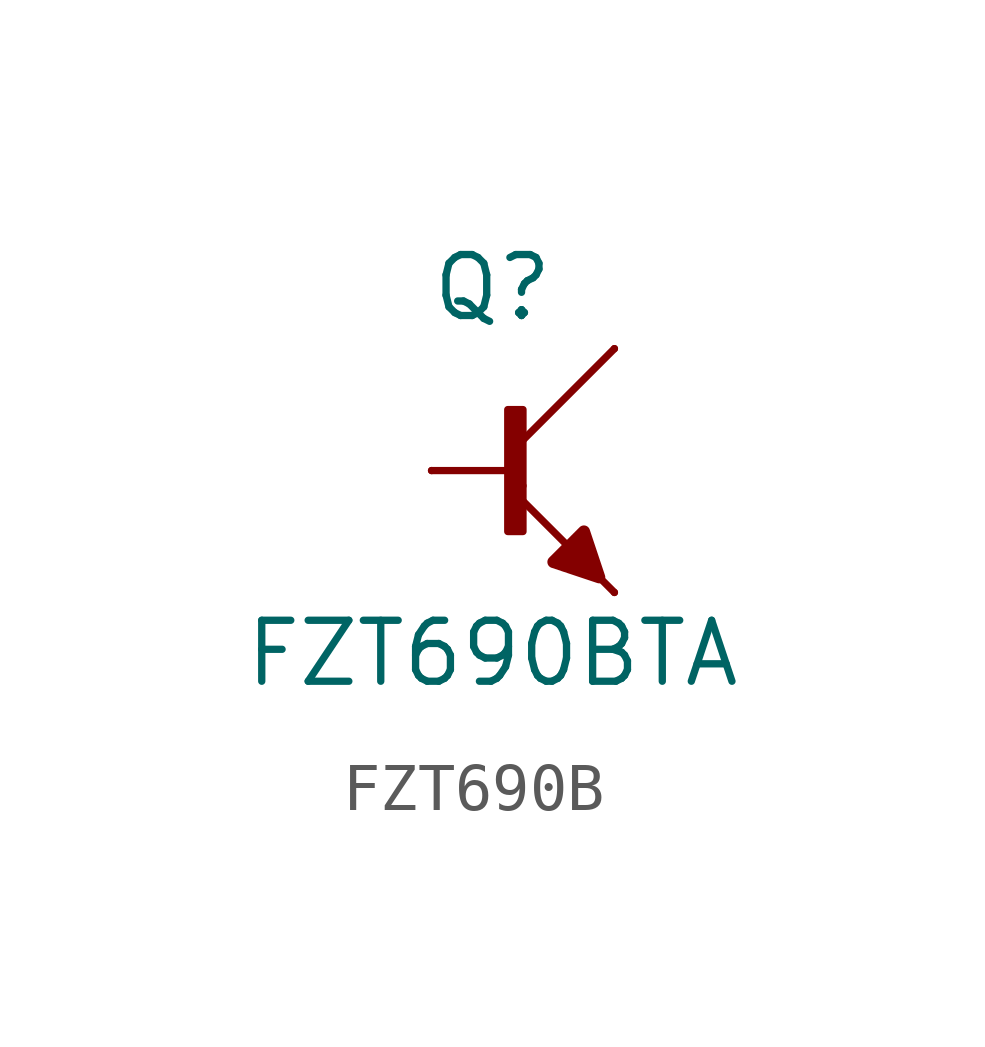
<source format=kicad_sym>
(kicad_symbol_lib
  (version 20220914)
  (generator kicad_symbol_editor)
  (symbol "FZT690B "
    (pin_numbers hide)
    (pin_names
      (offset 1.016) hide)
    (property "Reference" "Q"
      (at 0 3.81 0)
      (effects (font (size 1.27 1.27))))
    (property "Value" "FZT690BTA"
      (at 0 -3.81 0)
      (effects (font (size 1.27 1.27))))
    (symbol "FZT690B _0_1"
      (polyline (pts (xy 0.318 0) (xy -1.27 0)) (stroke (width 0) (type default)) (fill (type none)))
      (polyline (pts (xy 0.635 -0.635) (xy 2.54 -2.54)) (stroke (width 0) (type default)) (fill (type none)))
      (polyline (pts (xy 2.54 2.54) (xy 0.635 0.635)) (stroke (width 0) (type default)) (fill (type none)))
      (polyline (pts (xy 2.223 -2.223) (xy 1.905 -1.27) (xy 1.27 -1.905) (xy 2.223 -2.223)) (stroke (width 0.254) (type default)) (fill (type outline)))
      (rectangle (start 0.318 1.27) (end 0.635 -1.27) (stroke (width 0) (type default)) (fill (type outline)))
      (rectangle (start 0.635 -0.318) (end 0.635 -0.318) (stroke (width 0) (type default)) (fill (type none))))
    (symbol "FZT690B _1_1"
      (pin passive line (at -1.27 0 0) (length 0) (name "B" (effects (font (size 1.27 1.27)))) (number "B" (effects (font (size 1.27 1.27)))))
      (pin passive line (at 2.54 2.54 180) (length 0) (name "C" (effects (font (size 1.27 1.27)))) (number "C" (effects (font (size 1.27 1.27)))))
      (pin passive line (at 2.54 -2.54 180) (length 0) (name "E" (effects (font (size 1.27 1.27)))) (number "E" (effects (font (size 1.27 1.27))))))))
</source>
